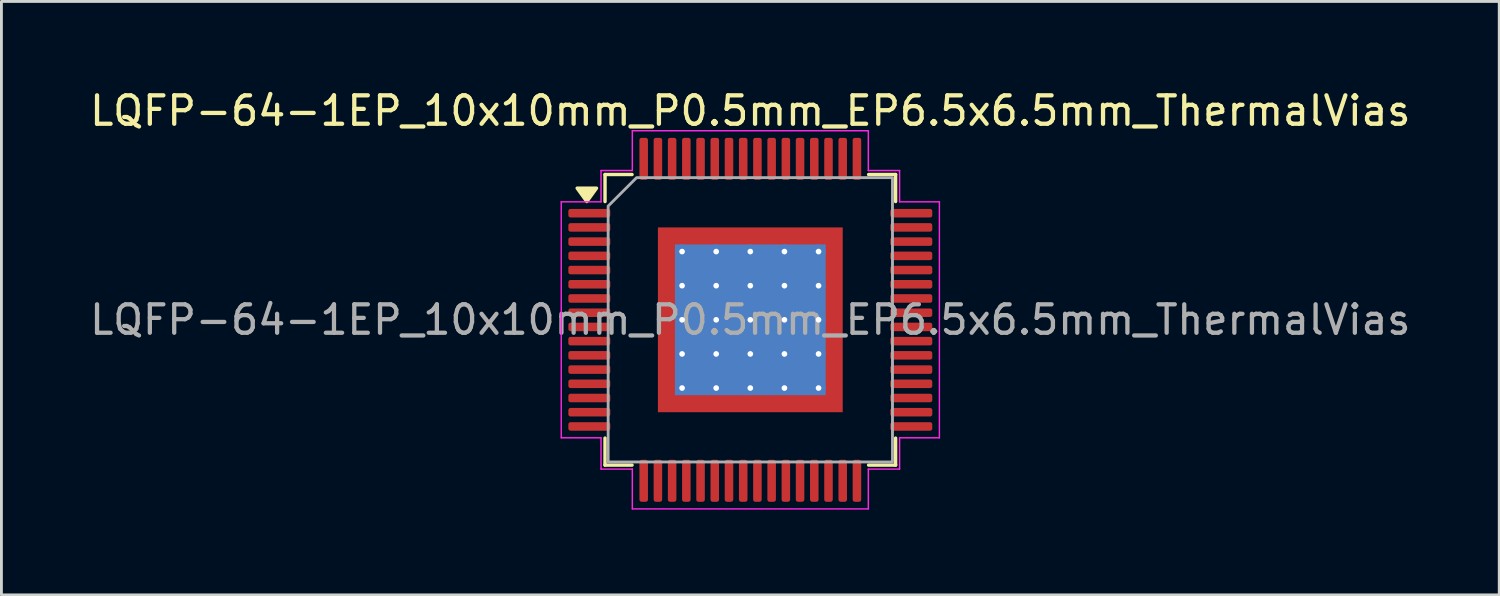
<source format=kicad_pcb>
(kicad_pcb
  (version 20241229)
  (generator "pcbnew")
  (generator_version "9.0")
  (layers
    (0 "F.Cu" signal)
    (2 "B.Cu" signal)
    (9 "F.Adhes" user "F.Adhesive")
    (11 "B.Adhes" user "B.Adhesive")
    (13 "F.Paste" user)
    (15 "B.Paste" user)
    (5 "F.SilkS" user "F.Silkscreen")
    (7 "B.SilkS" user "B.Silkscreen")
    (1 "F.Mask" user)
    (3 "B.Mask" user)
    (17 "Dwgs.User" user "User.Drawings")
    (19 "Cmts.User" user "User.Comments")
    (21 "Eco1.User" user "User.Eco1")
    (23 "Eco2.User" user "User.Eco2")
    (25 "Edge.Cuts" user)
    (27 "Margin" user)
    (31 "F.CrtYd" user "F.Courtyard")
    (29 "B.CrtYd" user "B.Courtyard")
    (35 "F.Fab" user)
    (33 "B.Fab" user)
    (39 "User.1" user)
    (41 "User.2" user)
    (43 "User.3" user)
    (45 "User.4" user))
  (footprint "LQFP-64-1EP_10x10mm_P0.5mm_EP6.5x6.5mm_ThermalVias"
    (layer "F.Cu")
    (at 23.339 8.198)
    (property "Reference" "LQFP-64-1EP_10x10mm_P0.5mm_EP6.5x6.5mm_ThermalVias" (at 0 -7.35 0) (layer "F.SilkS") (effects (font (size 1 1) (thickness 0.15))))
    (attr smd)
    (fp_line (start -5.11 -5.11) (end -4.16 -5.11) (stroke (width 0.12) (type solid)) (layer "F.SilkS"))
    (fp_line (start -5.11 -4.16) (end -5.11 -5.11) (stroke (width 0.12) (type solid)) (layer "F.SilkS"))
    (fp_line (start -5.11 5.11) (end -5.11 4.16) (stroke (width 0.12) (type solid)) (layer "F.SilkS"))
    (fp_line (start -4.16 5.11) (end -5.11 5.11) (stroke (width 0.12) (type solid)) (layer "F.SilkS"))
    (fp_line (start 4.16 -5.11) (end 5.11 -5.11) (stroke (width 0.12) (type solid)) (layer "F.SilkS"))
    (fp_line (start 5.11 -5.11) (end 5.11 -4.16) (stroke (width 0.12) (type solid)) (layer "F.SilkS"))
    (fp_line (start 5.11 4.16) (end 5.11 5.11) (stroke (width 0.12) (type solid)) (layer "F.SilkS"))
    (fp_line (start 5.11 5.11) (end 4.16 5.11) (stroke (width 0.12) (type solid)) (layer "F.SilkS"))
    (fp_poly (pts (xy -5.75 -4.16) (xy -6.09 -4.63) (xy -5.41 -4.63)) (stroke (width 0.12) (type solid)) (fill yes) (layer "F.SilkS"))
    (fp_line (start -6.65 -4.15) (end -5.25 -4.15) (stroke (width 0.05) (type solid)) (layer "F.CrtYd"))
    (fp_line (start -6.65 4.15) (end -6.65 -4.15) (stroke (width 0.05) (type solid)) (layer "F.CrtYd"))
    (fp_line (start -5.25 -5.25) (end -4.15 -5.25) (stroke (width 0.05) (type solid)) (layer "F.CrtYd"))
    (fp_line (start -5.25 -4.15) (end -5.25 -5.25) (stroke (width 0.05) (type solid)) (layer "F.CrtYd"))
    (fp_line (start -5.25 4.15) (end -6.65 4.15) (stroke (width 0.05) (type solid)) (layer "F.CrtYd"))
    (fp_line (start -5.25 5.25) (end -5.25 4.15) (stroke (width 0.05) (type solid)) (layer "F.CrtYd"))
    (fp_line (start -4.15 -6.65) (end 4.15 -6.65) (stroke (width 0.05) (type solid)) (layer "F.CrtYd"))
    (fp_line (start -4.15 -5.25) (end -4.15 -6.65) (stroke (width 0.05) (type solid)) (layer "F.CrtYd"))
    (fp_line (start -4.15 5.25) (end -5.25 5.25) (stroke (width 0.05) (type solid)) (layer "F.CrtYd"))
    (fp_line (start -4.15 6.65) (end -4.15 5.25) (stroke (width 0.05) (type solid)) (layer "F.CrtYd"))
    (fp_line (start 4.15 -6.65) (end 4.15 -5.25) (stroke (width 0.05) (type solid)) (layer "F.CrtYd"))
    (fp_line (start 4.15 -5.25) (end 5.25 -5.25) (stroke (width 0.05) (type solid)) (layer "F.CrtYd"))
    (fp_line (start 4.15 5.25) (end 4.15 6.65) (stroke (width 0.05) (type solid)) (layer "F.CrtYd"))
    (fp_line (start 4.15 6.65) (end -4.15 6.65) (stroke (width 0.05) (type solid)) (layer "F.CrtYd"))
    (fp_line (start 5.25 -5.25) (end 5.25 -4.15) (stroke (width 0.05) (type solid)) (layer "F.CrtYd"))
    (fp_line (start 5.25 -4.15) (end 6.65 -4.15) (stroke (width 0.05) (type solid)) (layer "F.CrtYd"))
    (fp_line (start 5.25 4.15) (end 5.25 5.25) (stroke (width 0.05) (type solid)) (layer "F.CrtYd"))
    (fp_line (start 5.25 5.25) (end 4.15 5.25) (stroke (width 0.05) (type solid)) (layer "F.CrtYd"))
    (fp_line (start 6.65 -4.15) (end 6.65 4.15) (stroke (width 0.05) (type solid)) (layer "F.CrtYd"))
    (fp_line (start 6.65 4.15) (end 5.25 4.15) (stroke (width 0.05) (type solid)) (layer "F.CrtYd"))
    (fp_poly (pts (xy -5 -4) (xy -5 5) (xy 5 5) (xy 5 -5) (xy -4 -5)) (stroke (width 0.1) (type solid)) (fill no) (layer "F.Fab"))
    (fp_text user "${REFERENCE}" (at 0 0 0) (layer "F.Fab") (effects (font (size 1 1) (thickness 0.15))))
    (pad "" smd roundrect (at -2.6 -2.6) (size 1.05 1.05) (layers "F.Paste") (roundrect_rratio 0.238))
    (pad "" smd roundrect (at -2.6 -1.3) (size 1.05 1.05) (layers "F.Paste") (roundrect_rratio 0.238))
    (pad "" smd roundrect (at -2.6 0) (size 1.05 1.05) (layers "F.Paste") (roundrect_rratio 0.238))
    (pad "" smd roundrect (at -2.6 1.3) (size 1.05 1.05) (layers "F.Paste") (roundrect_rratio 0.238))
    (pad "" smd roundrect (at -2.6 2.6) (size 1.05 1.05) (layers "F.Paste") (roundrect_rratio 0.238))
    (pad "" smd roundrect (at -1.3 -2.6) (size 1.05 1.05) (layers "F.Paste") (roundrect_rratio 0.238))
    (pad "" smd roundrect (at -1.3 -1.3) (size 1.05 1.05) (layers "F.Paste") (roundrect_rratio 0.238))
    (pad "" smd roundrect (at -1.3 0) (size 1.05 1.05) (layers "F.Paste") (roundrect_rratio 0.238))
    (pad "" smd roundrect (at -1.3 1.3) (size 1.05 1.05) (layers "F.Paste") (roundrect_rratio 0.238))
    (pad "" smd roundrect (at -1.3 2.6) (size 1.05 1.05) (layers "F.Paste") (roundrect_rratio 0.238))
    (pad "" smd roundrect (at 0 -2.6) (size 1.05 1.05) (layers "F.Paste") (roundrect_rratio 0.238))
    (pad "" smd roundrect (at 0 -1.3) (size 1.05 1.05) (layers "F.Paste") (roundrect_rratio 0.238))
    (pad "" smd roundrect (at 0 0) (size 1.05 1.05) (layers "F.Paste") (roundrect_rratio 0.238))
    (pad "" smd roundrect (at 0 1.3) (size 1.05 1.05) (layers "F.Paste") (roundrect_rratio 0.238))
    (pad "" smd roundrect (at 0 2.6) (size 1.05 1.05) (layers "F.Paste") (roundrect_rratio 0.238))
    (pad "" smd roundrect (at 1.3 -2.6) (size 1.05 1.05) (layers "F.Paste") (roundrect_rratio 0.238))
    (pad "" smd roundrect (at 1.3 -1.3) (size 1.05 1.05) (layers "F.Paste") (roundrect_rratio 0.238))
    (pad "" smd roundrect (at 1.3 0) (size 1.05 1.05) (layers "F.Paste") (roundrect_rratio 0.238))
    (pad "" smd roundrect (at 1.3 1.3) (size 1.05 1.05) (layers "F.Paste") (roundrect_rratio 0.238))
    (pad "" smd roundrect (at 1.3 2.6) (size 1.05 1.05) (layers "F.Paste") (roundrect_rratio 0.238))
    (pad "" smd roundrect (at 2.6 -2.6) (size 1.05 1.05) (layers "F.Paste") (roundrect_rratio 0.238))
    (pad "" smd roundrect (at 2.6 -1.3) (size 1.05 1.05) (layers "F.Paste") (roundrect_rratio 0.238))
    (pad "" smd roundrect (at 2.6 0) (size 1.05 1.05) (layers "F.Paste") (roundrect_rratio 0.238))
    (pad "" smd roundrect (at 2.6 1.3) (size 1.05 1.05) (layers "F.Paste") (roundrect_rratio 0.238))
    (pad "" smd roundrect (at 2.6 2.6) (size 1.05 1.05) (layers "F.Paste") (roundrect_rratio 0.238))
    (pad "1" smd roundrect (at -5.662 -3.75) (size 1.475 0.3) (layers "F.Cu" "F.Mask" "F.Paste") (roundrect_rratio 0.25))
    (pad "2" smd roundrect (at -5.662 -3.25) (size 1.475 0.3) (layers "F.Cu" "F.Mask" "F.Paste") (roundrect_rratio 0.25))
    (pad "3" smd roundrect (at -5.662 -2.75) (size 1.475 0.3) (layers "F.Cu" "F.Mask" "F.Paste") (roundrect_rratio 0.25))
    (pad "4" smd roundrect (at -5.662 -2.25) (size 1.475 0.3) (layers "F.Cu" "F.Mask" "F.Paste") (roundrect_rratio 0.25))
    (pad "5" smd roundrect (at -5.662 -1.75) (size 1.475 0.3) (layers "F.Cu" "F.Mask" "F.Paste") (roundrect_rratio 0.25))
    (pad "6" smd roundrect (at -5.662 -1.25) (size 1.475 0.3) (layers "F.Cu" "F.Mask" "F.Paste") (roundrect_rratio 0.25))
    (pad "7" smd roundrect (at -5.662 -0.75) (size 1.475 0.3) (layers "F.Cu" "F.Mask" "F.Paste") (roundrect_rratio 0.25))
    (pad "8" smd roundrect (at -5.662 -0.25) (size 1.475 0.3) (layers "F.Cu" "F.Mask" "F.Paste") (roundrect_rratio 0.25))
    (pad "9" smd roundrect (at -5.662 0.25) (size 1.475 0.3) (layers "F.Cu" "F.Mask" "F.Paste") (roundrect_rratio 0.25))
    (pad "10" smd roundrect (at -5.662 0.75) (size 1.475 0.3) (layers "F.Cu" "F.Mask" "F.Paste") (roundrect_rratio 0.25))
    (pad "11" smd roundrect (at -5.662 1.25) (size 1.475 0.3) (layers "F.Cu" "F.Mask" "F.Paste") (roundrect_rratio 0.25))
    (pad "12" smd roundrect (at -5.662 1.75) (size 1.475 0.3) (layers "F.Cu" "F.Mask" "F.Paste") (roundrect_rratio 0.25))
    (pad "13" smd roundrect (at -5.662 2.25) (size 1.475 0.3) (layers "F.Cu" "F.Mask" "F.Paste") (roundrect_rratio 0.25))
    (pad "14" smd roundrect (at -5.662 2.75) (size 1.475 0.3) (layers "F.Cu" "F.Mask" "F.Paste") (roundrect_rratio 0.25))
    (pad "15" smd roundrect (at -5.662 3.25) (size 1.475 0.3) (layers "F.Cu" "F.Mask" "F.Paste") (roundrect_rratio 0.25))
    (pad "16" smd roundrect (at -5.662 3.75) (size 1.475 0.3) (layers "F.Cu" "F.Mask" "F.Paste") (roundrect_rratio 0.25))
    (pad "17" smd roundrect (at -3.75 5.662) (size 0.3 1.475) (layers "F.Cu" "F.Mask" "F.Paste") (roundrect_rratio 0.25))
    (pad "18" smd roundrect (at -3.25 5.662) (size 0.3 1.475) (layers "F.Cu" "F.Mask" "F.Paste") (roundrect_rratio 0.25))
    (pad "19" smd roundrect (at -2.75 5.662) (size 0.3 1.475) (layers "F.Cu" "F.Mask" "F.Paste") (roundrect_rratio 0.25))
    (pad "20" smd roundrect (at -2.25 5.662) (size 0.3 1.475) (layers "F.Cu" "F.Mask" "F.Paste") (roundrect_rratio 0.25))
    (pad "21" smd roundrect (at -1.75 5.662) (size 0.3 1.475) (layers "F.Cu" "F.Mask" "F.Paste") (roundrect_rratio 0.25))
    (pad "22" smd roundrect (at -1.25 5.662) (size 0.3 1.475) (layers "F.Cu" "F.Mask" "F.Paste") (roundrect_rratio 0.25))
    (pad "23" smd roundrect (at -0.75 5.662) (size 0.3 1.475) (layers "F.Cu" "F.Mask" "F.Paste") (roundrect_rratio 0.25))
    (pad "24" smd roundrect (at -0.25 5.662) (size 0.3 1.475) (layers "F.Cu" "F.Mask" "F.Paste") (roundrect_rratio 0.25))
    (pad "25" smd roundrect (at 0.25 5.662) (size 0.3 1.475) (layers "F.Cu" "F.Mask" "F.Paste") (roundrect_rratio 0.25))
    (pad "26" smd roundrect (at 0.75 5.662) (size 0.3 1.475) (layers "F.Cu" "F.Mask" "F.Paste") (roundrect_rratio 0.25))
    (pad "27" smd roundrect (at 1.25 5.662) (size 0.3 1.475) (layers "F.Cu" "F.Mask" "F.Paste") (roundrect_rratio 0.25))
    (pad "28" smd roundrect (at 1.75 5.662) (size 0.3 1.475) (layers "F.Cu" "F.Mask" "F.Paste") (roundrect_rratio 0.25))
    (pad "29" smd roundrect (at 2.25 5.662) (size 0.3 1.475) (layers "F.Cu" "F.Mask" "F.Paste") (roundrect_rratio 0.25))
    (pad "30" smd roundrect (at 2.75 5.662) (size 0.3 1.475) (layers "F.Cu" "F.Mask" "F.Paste") (roundrect_rratio 0.25))
    (pad "31" smd roundrect (at 3.25 5.662) (size 0.3 1.475) (layers "F.Cu" "F.Mask" "F.Paste") (roundrect_rratio 0.25))
    (pad "32" smd roundrect (at 3.75 5.662) (size 0.3 1.475) (layers "F.Cu" "F.Mask" "F.Paste") (roundrect_rratio 0.25))
    (pad "33" smd roundrect (at 5.662 3.75) (size 1.475 0.3) (layers "F.Cu" "F.Mask" "F.Paste") (roundrect_rratio 0.25))
    (pad "34" smd roundrect (at 5.662 3.25) (size 1.475 0.3) (layers "F.Cu" "F.Mask" "F.Paste") (roundrect_rratio 0.25))
    (pad "35" smd roundrect (at 5.662 2.75) (size 1.475 0.3) (layers "F.Cu" "F.Mask" "F.Paste") (roundrect_rratio 0.25))
    (pad "36" smd roundrect (at 5.662 2.25) (size 1.475 0.3) (layers "F.Cu" "F.Mask" "F.Paste") (roundrect_rratio 0.25))
    (pad "37" smd roundrect (at 5.662 1.75) (size 1.475 0.3) (layers "F.Cu" "F.Mask" "F.Paste") (roundrect_rratio 0.25))
    (pad "38" smd roundrect (at 5.662 1.25) (size 1.475 0.3) (layers "F.Cu" "F.Mask" "F.Paste") (roundrect_rratio 0.25))
    (pad "39" smd roundrect (at 5.662 0.75) (size 1.475 0.3) (layers "F.Cu" "F.Mask" "F.Paste") (roundrect_rratio 0.25))
    (pad "40" smd roundrect (at 5.662 0.25) (size 1.475 0.3) (layers "F.Cu" "F.Mask" "F.Paste") (roundrect_rratio 0.25))
    (pad "41" smd roundrect (at 5.662 -0.25) (size 1.475 0.3) (layers "F.Cu" "F.Mask" "F.Paste") (roundrect_rratio 0.25))
    (pad "42" smd roundrect (at 5.662 -0.75) (size 1.475 0.3) (layers "F.Cu" "F.Mask" "F.Paste") (roundrect_rratio 0.25))
    (pad "43" smd roundrect (at 5.662 -1.25) (size 1.475 0.3) (layers "F.Cu" "F.Mask" "F.Paste") (roundrect_rratio 0.25))
    (pad "44" smd roundrect (at 5.662 -1.75) (size 1.475 0.3) (layers "F.Cu" "F.Mask" "F.Paste") (roundrect_rratio 0.25))
    (pad "45" smd roundrect (at 5.662 -2.25) (size 1.475 0.3) (layers "F.Cu" "F.Mask" "F.Paste") (roundrect_rratio 0.25))
    (pad "46" smd roundrect (at 5.662 -2.75) (size 1.475 0.3) (layers "F.Cu" "F.Mask" "F.Paste") (roundrect_rratio 0.25))
    (pad "47" smd roundrect (at 5.662 -3.25) (size 1.475 0.3) (layers "F.Cu" "F.Mask" "F.Paste") (roundrect_rratio 0.25))
    (pad "48" smd roundrect (at 5.662 -3.75) (size 1.475 0.3) (layers "F.Cu" "F.Mask" "F.Paste") (roundrect_rratio 0.25))
    (pad "49" smd roundrect (at 3.75 -5.662) (size 0.3 1.475) (layers "F.Cu" "F.Mask" "F.Paste") (roundrect_rratio 0.25))
    (pad "50" smd roundrect (at 3.25 -5.662) (size 0.3 1.475) (layers "F.Cu" "F.Mask" "F.Paste") (roundrect_rratio 0.25))
    (pad "51" smd roundrect (at 2.75 -5.662) (size 0.3 1.475) (layers "F.Cu" "F.Mask" "F.Paste") (roundrect_rratio 0.25))
    (pad "52" smd roundrect (at 2.25 -5.662) (size 0.3 1.475) (layers "F.Cu" "F.Mask" "F.Paste") (roundrect_rratio 0.25))
    (pad "53" smd roundrect (at 1.75 -5.662) (size 0.3 1.475) (layers "F.Cu" "F.Mask" "F.Paste") (roundrect_rratio 0.25))
    (pad "54" smd roundrect (at 1.25 -5.662) (size 0.3 1.475) (layers "F.Cu" "F.Mask" "F.Paste") (roundrect_rratio 0.25))
    (pad "55" smd roundrect (at 0.75 -5.662) (size 0.3 1.475) (layers "F.Cu" "F.Mask" "F.Paste") (roundrect_rratio 0.25))
    (pad "56" smd roundrect (at 0.25 -5.662) (size 0.3 1.475) (layers "F.Cu" "F.Mask" "F.Paste") (roundrect_rratio 0.25))
    (pad "57" smd roundrect (at -0.25 -5.662) (size 0.3 1.475) (layers "F.Cu" "F.Mask" "F.Paste") (roundrect_rratio 0.25))
    (pad "58" smd roundrect (at -0.75 -5.662) (size 0.3 1.475) (layers "F.Cu" "F.Mask" "F.Paste") (roundrect_rratio 0.25))
    (pad "59" smd roundrect (at -1.25 -5.662) (size 0.3 1.475) (layers "F.Cu" "F.Mask" "F.Paste") (roundrect_rratio 0.25))
    (pad "60" smd roundrect (at -1.75 -5.662) (size 0.3 1.475) (layers "F.Cu" "F.Mask" "F.Paste") (roundrect_rratio 0.25))
    (pad "61" smd roundrect (at -2.25 -5.662) (size 0.3 1.475) (layers "F.Cu" "F.Mask" "F.Paste") (roundrect_rratio 0.25))
    (pad "62" smd roundrect (at -2.75 -5.662) (size 0.3 1.475) (layers "F.Cu" "F.Mask" "F.Paste") (roundrect_rratio 0.25))
    (pad "63" smd roundrect (at -3.25 -5.662) (size 0.3 1.475) (layers "F.Cu" "F.Mask" "F.Paste") (roundrect_rratio 0.25))
    (pad "64" smd roundrect (at -3.75 -5.662) (size 0.3 1.475) (layers "F.Cu" "F.Mask" "F.Paste") (roundrect_rratio 0.25))
    (pad "65" thru_hole circle (at -2.4 -2.4) (size 0.5 0.5) (drill 0.2) (property pad_prop_heatsink) (layers "*.Cu"))
    (pad "65" thru_hole circle (at -2.4 -1.2) (size 0.5 0.5) (drill 0.2) (property pad_prop_heatsink) (layers "*.Cu"))
    (pad "65" thru_hole circle (at -2.4 0) (size 0.5 0.5) (drill 0.2) (property pad_prop_heatsink) (layers "*.Cu"))
    (pad "65" thru_hole circle (at -2.4 1.2) (size 0.5 0.5) (drill 0.2) (property pad_prop_heatsink) (layers "*.Cu"))
    (pad "65" thru_hole circle (at -2.4 2.4) (size 0.5 0.5) (drill 0.2) (property pad_prop_heatsink) (layers "*.Cu"))
    (pad "65" thru_hole circle (at -1.2 -2.4) (size 0.5 0.5) (drill 0.2) (property pad_prop_heatsink) (layers "*.Cu"))
    (pad "65" thru_hole circle (at -1.2 -1.2) (size 0.5 0.5) (drill 0.2) (property pad_prop_heatsink) (layers "*.Cu"))
    (pad "65" thru_hole circle (at -1.2 0) (size 0.5 0.5) (drill 0.2) (property pad_prop_heatsink) (layers "*.Cu"))
    (pad "65" thru_hole circle (at -1.2 1.2) (size 0.5 0.5) (drill 0.2) (property pad_prop_heatsink) (layers "*.Cu"))
    (pad "65" thru_hole circle (at -1.2 2.4) (size 0.5 0.5) (drill 0.2) (property pad_prop_heatsink) (layers "*.Cu"))
    (pad "65" thru_hole circle (at 0 -2.4) (size 0.5 0.5) (drill 0.2) (property pad_prop_heatsink) (layers "*.Cu"))
    (pad "65" thru_hole circle (at 0 -1.2) (size 0.5 0.5) (drill 0.2) (property pad_prop_heatsink) (layers "*.Cu"))
    (pad "65" thru_hole circle (at 0 0) (size 0.5 0.5) (drill 0.2) (property pad_prop_heatsink) (layers "*.Cu"))
    (pad "65" smd rect (at 0 0) (size 5.3 5.3) (property pad_prop_heatsink) (layers "B.Cu"))
    (pad "65" smd rect (at 0 0) (size 6.5 6.5) (property pad_prop_heatsink) (layers "F.Cu" "F.Mask"))
    (pad "65" thru_hole circle (at 0 1.2) (size 0.5 0.5) (drill 0.2) (property pad_prop_heatsink) (layers "*.Cu"))
    (pad "65" thru_hole circle (at 0 2.4) (size 0.5 0.5) (drill 0.2) (property pad_prop_heatsink) (layers "*.Cu"))
    (pad "65" thru_hole circle (at 1.2 -2.4) (size 0.5 0.5) (drill 0.2) (property pad_prop_heatsink) (layers "*.Cu"))
    (pad "65" thru_hole circle (at 1.2 -1.2) (size 0.5 0.5) (drill 0.2) (property pad_prop_heatsink) (layers "*.Cu"))
    (pad "65" thru_hole circle (at 1.2 0) (size 0.5 0.5) (drill 0.2) (property pad_prop_heatsink) (layers "*.Cu"))
    (pad "65" thru_hole circle (at 1.2 1.2) (size 0.5 0.5) (drill 0.2) (property pad_prop_heatsink) (layers "*.Cu"))
    (pad "65" thru_hole circle (at 1.2 2.4) (size 0.5 0.5) (drill 0.2) (property pad_prop_heatsink) (layers "*.Cu"))
    (pad "65" thru_hole circle (at 2.4 -2.4) (size 0.5 0.5) (drill 0.2) (property pad_prop_heatsink) (layers "*.Cu"))
    (pad "65" thru_hole circle (at 2.4 -1.2) (size 0.5 0.5) (drill 0.2) (property pad_prop_heatsink) (layers "*.Cu"))
    (pad "65" thru_hole circle (at 2.4 0) (size 0.5 0.5) (drill 0.2) (property pad_prop_heatsink) (layers "*.Cu"))
    (pad "65" thru_hole circle (at 2.4 1.2) (size 0.5 0.5) (drill 0.2) (property pad_prop_heatsink) (layers "*.Cu"))
    (pad "65" thru_hole circle (at 2.4 2.4) (size 0.5 0.5) (drill 0.2) (property pad_prop_heatsink) (layers "*.Cu")))
  (gr_rect
    (start -3 -3)
    (end 49.679 17.873)
    (stroke (width 0.1) (type default))
    (fill no)
    (layer "Edge.Cuts")))
</source>
